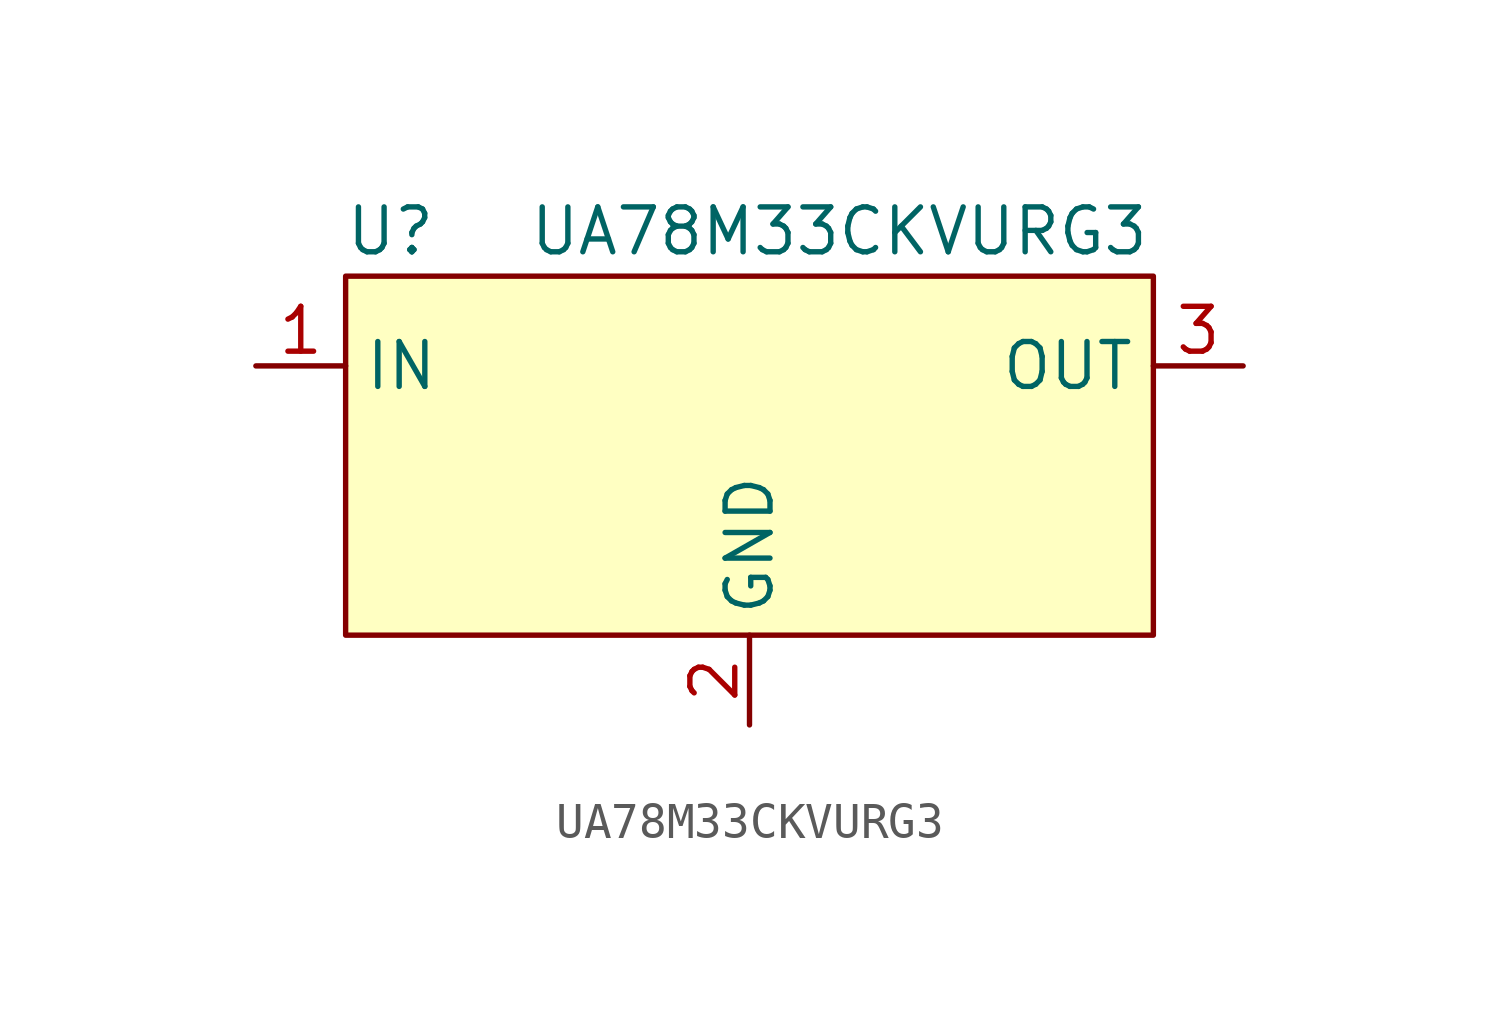
<source format=kicad_sym>
(kicad_symbol_lib
  (version 20220914)
  (generator kicad_symbol_editor)
  (symbol "UA78M33CKVURG3"
    (property "Reference" "U"
      (at -10.16 6.35 0)
      (effects (font (size 1.27 1.27))))
    (property "Value" "UA78M33CKVURG3"
      (at 2.54 6.35 0)
      (effects (font (size 1.27 1.27))))
    (symbol "UA78M33CKVURG3_1_1"
      (rectangle (start -11.43 5.08) (end 11.43 -5.08) (stroke (width 0) (type default) (color 132 0 0 1)) (fill (type background)))
      (pin power_in line (at -13.97 2.54 0) (length 2.54) (name "IN" (effects (font (size 1.27 1.27)))) (number "1" (effects (font (size 1.27 1.27)))))
      (pin passive line (at 0 -7.62 90) (length 2.54) (name "GND" (effects (font (size 1.27 1.27)))) (number "2" (effects (font (size 1.27 1.27)))))
      (pin power_out line (at 13.97 2.54 180) (length 2.54) (name "OUT" (effects (font (size 1.27 1.27)))) (number "3" (effects (font (size 1.27 1.27))))))))
</source>
